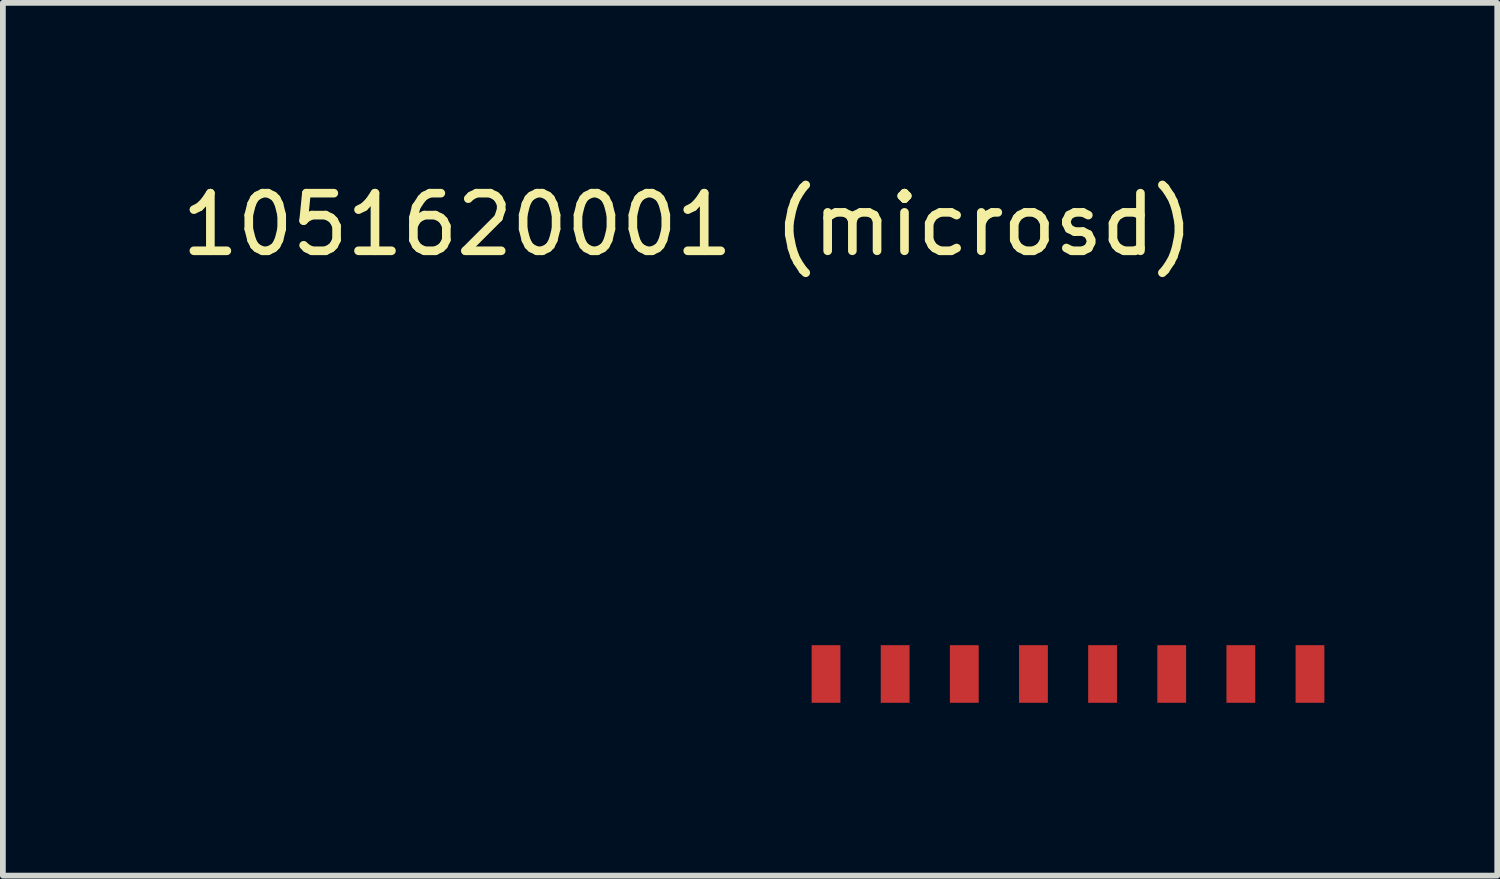
<source format=kicad_pcb>
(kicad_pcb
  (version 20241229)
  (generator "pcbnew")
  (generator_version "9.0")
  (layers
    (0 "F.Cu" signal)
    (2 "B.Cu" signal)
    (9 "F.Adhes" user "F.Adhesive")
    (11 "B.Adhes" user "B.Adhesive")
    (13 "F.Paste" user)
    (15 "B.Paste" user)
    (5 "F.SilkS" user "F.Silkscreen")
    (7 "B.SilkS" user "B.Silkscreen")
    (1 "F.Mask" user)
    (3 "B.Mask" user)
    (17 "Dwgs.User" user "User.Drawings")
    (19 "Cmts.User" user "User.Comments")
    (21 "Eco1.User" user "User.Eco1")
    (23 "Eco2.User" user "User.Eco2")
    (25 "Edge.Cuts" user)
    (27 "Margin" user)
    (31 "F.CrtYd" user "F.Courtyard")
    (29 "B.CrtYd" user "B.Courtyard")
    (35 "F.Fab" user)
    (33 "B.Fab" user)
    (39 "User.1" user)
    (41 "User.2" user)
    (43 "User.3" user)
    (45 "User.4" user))
  (footprint "1051620001 (microsd)"
    (layer "F.Cu")
    (at 15.487 3.848)
    (property "Reference" "1051620001 (microsd)" (at -6.6 -3 0) (layer "F.SilkS") (effects (font (size 1 1) (thickness 0.15))))
    (attr through_hole)
    (pad "1" smd rect (at -4.2 4.8) (size 0.5 1) (layers "F.Cu" "F.Mask" "F.Paste"))
    (pad "2" smd rect (at -3 4.8) (size 0.5 1) (layers "F.Cu" "F.Mask" "F.Paste"))
    (pad "3" smd rect (at -1.8 4.8) (size 0.5 1) (layers "F.Cu" "F.Mask" "F.Paste"))
    (pad "4" smd rect (at -0.6 4.8) (size 0.5 1) (layers "F.Cu" "F.Mask" "F.Paste"))
    (pad "5" smd rect (at 0.6 4.8) (size 0.5 1) (layers "F.Cu" "F.Mask" "F.Paste"))
    (pad "6" smd rect (at 1.8 4.8) (size 0.5 1) (layers "F.Cu" "F.Mask" "F.Paste"))
    (pad "7" smd rect (at 3 4.8) (size 0.5 1) (layers "F.Cu" "F.Mask" "F.Paste"))
    (pad "8" smd rect (at 4.2 4.8) (size 0.5 1) (layers "F.Cu" "F.Mask" "F.Paste")))
  (gr_rect
    (start -3 -3)
    (end 22.937 12.148)
    (stroke (width 0.1) (type default))
    (fill no)
    (layer "Edge.Cuts")))
</source>
